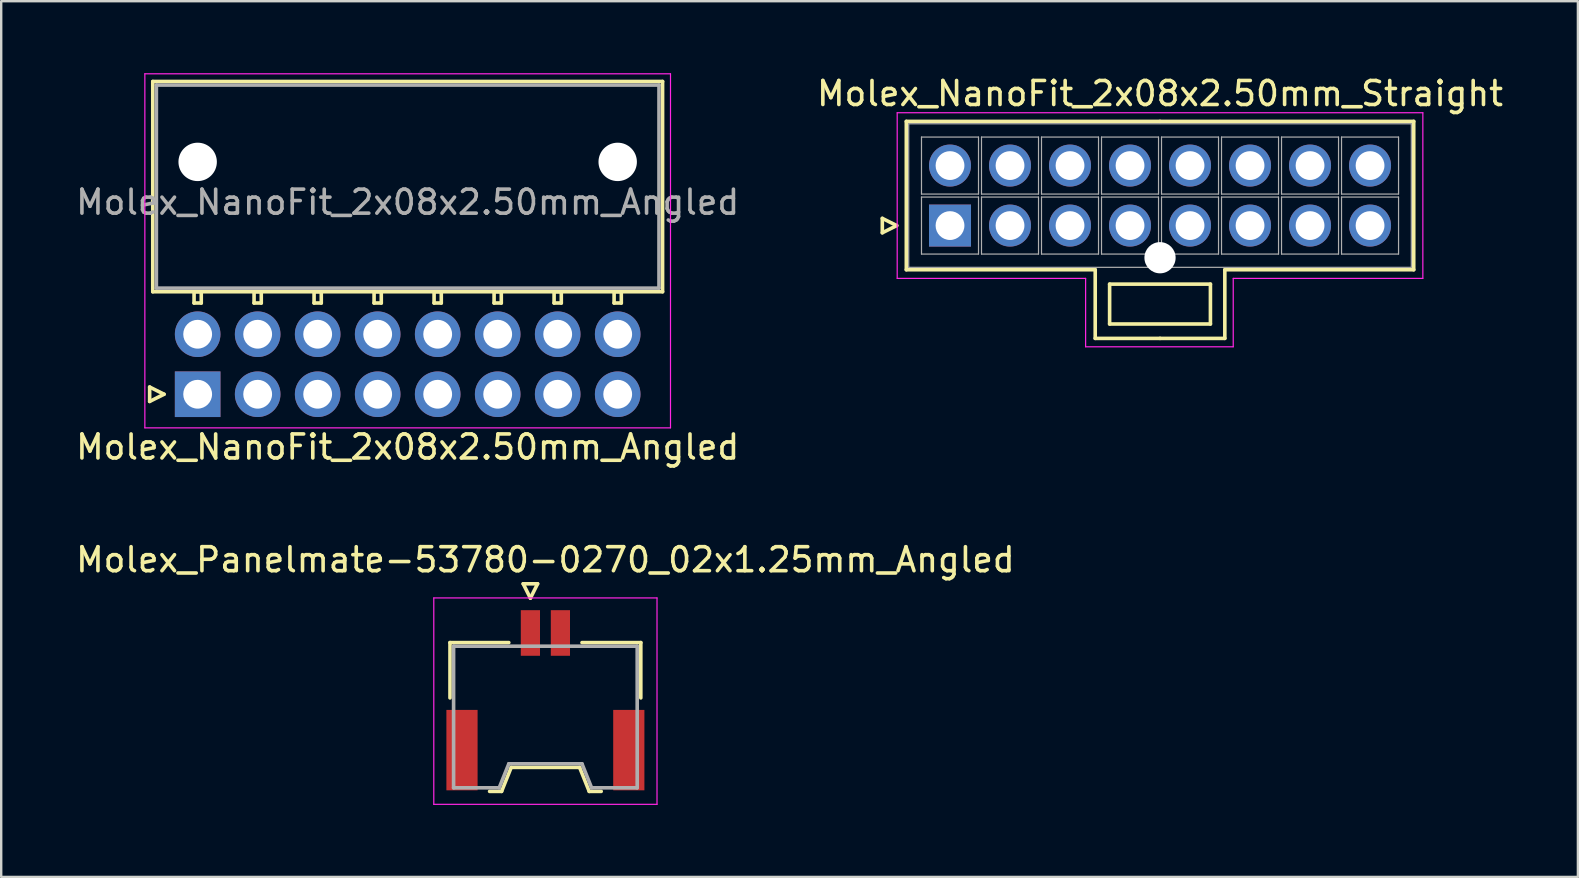
<source format=kicad_pcb>
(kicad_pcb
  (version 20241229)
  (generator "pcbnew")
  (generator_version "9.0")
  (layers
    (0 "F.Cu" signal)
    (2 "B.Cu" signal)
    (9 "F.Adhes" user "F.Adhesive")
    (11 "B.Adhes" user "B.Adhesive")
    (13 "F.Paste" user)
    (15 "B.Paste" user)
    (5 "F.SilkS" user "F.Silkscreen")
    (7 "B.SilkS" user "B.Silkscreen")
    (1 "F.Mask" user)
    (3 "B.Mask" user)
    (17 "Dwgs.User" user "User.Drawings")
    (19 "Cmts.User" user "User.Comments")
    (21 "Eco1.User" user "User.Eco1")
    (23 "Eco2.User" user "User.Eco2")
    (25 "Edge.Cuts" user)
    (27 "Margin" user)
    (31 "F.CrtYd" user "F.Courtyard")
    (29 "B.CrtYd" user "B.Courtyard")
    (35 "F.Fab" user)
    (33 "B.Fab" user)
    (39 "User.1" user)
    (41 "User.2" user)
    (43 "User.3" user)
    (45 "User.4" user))
  (footprint "Molex_Panelmate-53780-0270_02x1.25mm_Angled"
    (layer "F.Cu")
    (at 19.673 25.762)
    (property "Reference" "Molex_Panelmate-53780-0270_02x1.25mm_Angled" (at 0 -5.49 0) (layer "F.SilkS") (effects (font (size 1 1) (thickness 0.15))))
    (attr smd)
    (fp_line (start -3.975 -2.04) (end -3.975 0.265) (stroke (width 0.15) (type solid)) (layer "F.SilkS"))
    (fp_line (start -2.325 4.16) (end -1.825 4.16) (stroke (width 0.15) (type solid)) (layer "F.SilkS"))
    (fp_line (start -1.825 4.16) (end -1.425 3.16) (stroke (width 0.15) (type solid)) (layer "F.SilkS"))
    (fp_line (start -1.525 -2.04) (end -3.975 -2.04) (stroke (width 0.15) (type solid)) (layer "F.SilkS"))
    (fp_line (start -1.425 3.16) (end 1.425 3.16) (stroke (width 0.15) (type solid)) (layer "F.SilkS"))
    (fp_line (start -0.925 -4.49) (end -0.625 -3.89) (stroke (width 0.15) (type solid)) (layer "F.SilkS"))
    (fp_line (start -0.625 -3.89) (end -0.325 -4.49) (stroke (width 0.15) (type solid)) (layer "F.SilkS"))
    (fp_line (start -0.325 -4.49) (end -0.925 -4.49) (stroke (width 0.15) (type solid)) (layer "F.SilkS"))
    (fp_line (start 1.425 3.16) (end 1.825 4.16) (stroke (width 0.15) (type solid)) (layer "F.SilkS"))
    (fp_line (start 1.525 -2.04) (end 3.975 -2.04) (stroke (width 0.15) (type solid)) (layer "F.SilkS"))
    (fp_line (start 1.825 4.16) (end 2.325 4.16) (stroke (width 0.15) (type solid)) (layer "F.SilkS"))
    (fp_line (start 3.975 -2.04) (end 3.975 0.265) (stroke (width 0.15) (type solid)) (layer "F.SilkS"))
    (fp_line (start -4.65 -3.9) (end -4.65 4.7) (stroke (width 0.05) (type solid)) (layer "F.CrtYd"))
    (fp_line (start -4.65 4.7) (end 4.65 4.7) (stroke (width 0.05) (type solid)) (layer "F.CrtYd"))
    (fp_line (start 4.65 -3.9) (end -4.65 -3.9) (stroke (width 0.05) (type solid)) (layer "F.CrtYd"))
    (fp_line (start 4.65 4.7) (end 4.65 -3.9) (stroke (width 0.05) (type solid)) (layer "F.CrtYd"))
    (fp_line (start -3.825 -1.89) (end -3.825 4.01) (stroke (width 0.15) (type solid)) (layer "F.Fab"))
    (fp_line (start -3.825 4.01) (end -1.925 4.01) (stroke (width 0.15) (type solid)) (layer "F.Fab"))
    (fp_line (start -1.925 4.01) (end -1.525 3.01) (stroke (width 0.15) (type solid)) (layer "F.Fab"))
    (fp_line (start -1.525 3.01) (end 1.525 3.01) (stroke (width 0.15) (type solid)) (layer "F.Fab"))
    (fp_line (start 1.525 3.01) (end 1.925 4.01) (stroke (width 0.15) (type solid)) (layer "F.Fab"))
    (fp_line (start 1.925 4.01) (end 3.825 4.01) (stroke (width 0.15) (type solid)) (layer "F.Fab"))
    (fp_line (start 3.825 -1.89) (end -3.825 -1.89) (stroke (width 0.15) (type solid)) (layer "F.Fab"))
    (fp_line (start 3.825 4.01) (end 3.825 -1.89) (stroke (width 0.15) (type solid)) (layer "F.Fab"))
    (pad "" smd rect (at -3.475 2.44) (size 1.3 3.35) (layers "F.Cu" "F.Mask" "F.Paste"))
    (pad "" smd rect (at 3.475 2.44) (size 1.3 3.35) (layers "F.Cu" "F.Mask" "F.Paste"))
    (pad "1" smd rect (at -0.625 -2.44) (size 0.8 1.9) (layers "F.Cu" "F.Mask" "F.Paste"))
    (pad "2" smd rect (at 0.625 -2.44) (size 0.8 1.9) (layers "F.Cu" "F.Mask" "F.Paste")))
  (footprint "Molex_NanoFit_2x08x2.50mm_Angled"
    (layer "F.Cu")
    (at 5.185 13.375)
    (property "Reference" "Molex_NanoFit_2x08x2.50mm_Angled" (at 8.75 2.2 0) (layer "F.SilkS") (effects (font (size 1 1) (thickness 0.15))))
    (attr through_hole)
    (fp_line (start -2 -0.3) (end -1.4 0) (stroke (width 0.15) (type solid)) (layer "F.SilkS"))
    (fp_line (start -2 0.3) (end -2 -0.3) (stroke (width 0.15) (type solid)) (layer "F.SilkS"))
    (fp_line (start -1.87 -13.03) (end -1.87 -4.27) (stroke (width 0.15) (type solid)) (layer "F.SilkS"))
    (fp_line (start -1.87 -4.27) (end 19.37 -4.27) (stroke (width 0.15) (type solid)) (layer "F.SilkS"))
    (fp_line (start -1.4 0) (end -2 0.3) (stroke (width 0.15) (type solid)) (layer "F.SilkS"))
    (fp_line (start -0.15 -4.27) (end -0.15 -3.8) (stroke (width 0.15) (type solid)) (layer "F.SilkS"))
    (fp_line (start -0.15 -3.8) (end 0.15 -3.8) (stroke (width 0.15) (type solid)) (layer "F.SilkS"))
    (fp_line (start 0.15 -4.27) (end -0.15 -4.27) (stroke (width 0.15) (type solid)) (layer "F.SilkS"))
    (fp_line (start 0.15 -3.8) (end 0.15 -4.27) (stroke (width 0.15) (type solid)) (layer "F.SilkS"))
    (fp_line (start 2.35 -4.27) (end 2.35 -3.8) (stroke (width 0.15) (type solid)) (layer "F.SilkS"))
    (fp_line (start 2.35 -3.8) (end 2.65 -3.8) (stroke (width 0.15) (type solid)) (layer "F.SilkS"))
    (fp_line (start 2.65 -4.27) (end 2.35 -4.27) (stroke (width 0.15) (type solid)) (layer "F.SilkS"))
    (fp_line (start 2.65 -3.8) (end 2.65 -4.27) (stroke (width 0.15) (type solid)) (layer "F.SilkS"))
    (fp_line (start 4.85 -4.27) (end 4.85 -3.8) (stroke (width 0.15) (type solid)) (layer "F.SilkS"))
    (fp_line (start 4.85 -3.8) (end 5.15 -3.8) (stroke (width 0.15) (type solid)) (layer "F.SilkS"))
    (fp_line (start 5.15 -4.27) (end 4.85 -4.27) (stroke (width 0.15) (type solid)) (layer "F.SilkS"))
    (fp_line (start 5.15 -3.8) (end 5.15 -4.27) (stroke (width 0.15) (type solid)) (layer "F.SilkS"))
    (fp_line (start 7.35 -4.27) (end 7.35 -3.8) (stroke (width 0.15) (type solid)) (layer "F.SilkS"))
    (fp_line (start 7.35 -3.8) (end 7.65 -3.8) (stroke (width 0.15) (type solid)) (layer "F.SilkS"))
    (fp_line (start 7.65 -4.27) (end 7.35 -4.27) (stroke (width 0.15) (type solid)) (layer "F.SilkS"))
    (fp_line (start 7.65 -3.8) (end 7.65 -4.27) (stroke (width 0.15) (type solid)) (layer "F.SilkS"))
    (fp_line (start 9.85 -4.27) (end 9.85 -3.8) (stroke (width 0.15) (type solid)) (layer "F.SilkS"))
    (fp_line (start 9.85 -3.8) (end 10.15 -3.8) (stroke (width 0.15) (type solid)) (layer "F.SilkS"))
    (fp_line (start 10.15 -4.27) (end 9.85 -4.27) (stroke (width 0.15) (type solid)) (layer "F.SilkS"))
    (fp_line (start 10.15 -3.8) (end 10.15 -4.27) (stroke (width 0.15) (type solid)) (layer "F.SilkS"))
    (fp_line (start 12.35 -4.27) (end 12.35 -3.8) (stroke (width 0.15) (type solid)) (layer "F.SilkS"))
    (fp_line (start 12.35 -3.8) (end 12.65 -3.8) (stroke (width 0.15) (type solid)) (layer "F.SilkS"))
    (fp_line (start 12.65 -4.27) (end 12.35 -4.27) (stroke (width 0.15) (type solid)) (layer "F.SilkS"))
    (fp_line (start 12.65 -3.8) (end 12.65 -4.27) (stroke (width 0.15) (type solid)) (layer "F.SilkS"))
    (fp_line (start 14.85 -4.27) (end 14.85 -3.8) (stroke (width 0.15) (type solid)) (layer "F.SilkS"))
    (fp_line (start 14.85 -3.8) (end 15.15 -3.8) (stroke (width 0.15) (type solid)) (layer "F.SilkS"))
    (fp_line (start 15.15 -4.27) (end 14.85 -4.27) (stroke (width 0.15) (type solid)) (layer "F.SilkS"))
    (fp_line (start 15.15 -3.8) (end 15.15 -4.27) (stroke (width 0.15) (type solid)) (layer "F.SilkS"))
    (fp_line (start 17.35 -4.27) (end 17.35 -3.8) (stroke (width 0.15) (type solid)) (layer "F.SilkS"))
    (fp_line (start 17.35 -3.8) (end 17.65 -3.8) (stroke (width 0.15) (type solid)) (layer "F.SilkS"))
    (fp_line (start 17.65 -4.27) (end 17.35 -4.27) (stroke (width 0.15) (type solid)) (layer "F.SilkS"))
    (fp_line (start 17.65 -3.8) (end 17.65 -4.27) (stroke (width 0.15) (type solid)) (layer "F.SilkS"))
    (fp_line (start 19.37 -13.03) (end -1.87 -13.03) (stroke (width 0.15) (type solid)) (layer "F.SilkS"))
    (fp_line (start 19.37 -4.27) (end 19.37 -13.03) (stroke (width 0.15) (type solid)) (layer "F.SilkS"))
    (fp_line (start -2.2 -13.35) (end -2.2 1.4) (stroke (width 0.05) (type solid)) (layer "F.CrtYd"))
    (fp_line (start -2.2 1.4) (end 19.7 1.4) (stroke (width 0.05) (type solid)) (layer "F.CrtYd"))
    (fp_line (start 19.7 -13.35) (end -2.2 -13.35) (stroke (width 0.05) (type solid)) (layer "F.CrtYd"))
    (fp_line (start 19.7 1.4) (end 19.7 -13.35) (stroke (width 0.05) (type solid)) (layer "F.CrtYd"))
    (fp_line (start -1.72 -12.88) (end -1.72 -4.42) (stroke (width 0.15) (type solid)) (layer "F.Fab"))
    (fp_line (start -1.72 -4.42) (end 19.22 -4.42) (stroke (width 0.15) (type solid)) (layer "F.Fab"))
    (fp_line (start 19.22 -12.88) (end -1.72 -12.88) (stroke (width 0.15) (type solid)) (layer "F.Fab"))
    (fp_line (start 19.22 -4.42) (end 19.22 -12.88) (stroke (width 0.15) (type solid)) (layer "F.Fab"))
    (fp_text user "${REFERENCE}" (at 8.75 -8 0) (layer "F.Fab") (effects (font (size 1 1) (thickness 0.15))))
    (pad "" np_thru_hole circle (at 0 -9.68) (size 1.6 1.6) (drill 1.6) (layers "*.Cu"))
    (pad "" np_thru_hole circle (at 17.5 -9.68) (size 1.6 1.6) (drill 1.6) (layers "*.Cu"))
    (pad "1" thru_hole rect (at 0 0) (size 1.9 1.9) (drill 1.2) (layers "*.Cu" "*.Mask"))
    (pad "2" thru_hole circle (at 2.5 0) (size 1.9 1.9) (drill 1.2) (layers "*.Cu" "*.Mask"))
    (pad "3" thru_hole circle (at 5 0) (size 1.9 1.9) (drill 1.2) (layers "*.Cu" "*.Mask"))
    (pad "4" thru_hole circle (at 7.5 0) (size 1.9 1.9) (drill 1.2) (layers "*.Cu" "*.Mask"))
    (pad "5" thru_hole circle (at 10 0) (size 1.9 1.9) (drill 1.2) (layers "*.Cu" "*.Mask"))
    (pad "6" thru_hole circle (at 12.5 0) (size 1.9 1.9) (drill 1.2) (layers "*.Cu" "*.Mask"))
    (pad "7" thru_hole circle (at 15 0) (size 1.9 1.9) (drill 1.2) (layers "*.Cu" "*.Mask"))
    (pad "8" thru_hole circle (at 17.5 0) (size 1.9 1.9) (drill 1.2) (layers "*.Cu" "*.Mask"))
    (pad "9" thru_hole circle (at 0 -2.5) (size 1.9 1.9) (drill 1.2) (layers "*.Cu" "*.Mask"))
    (pad "10" thru_hole circle (at 2.5 -2.5) (size 1.9 1.9) (drill 1.2) (layers "*.Cu" "*.Mask"))
    (pad "11" thru_hole circle (at 5 -2.5) (size 1.9 1.9) (drill 1.2) (layers "*.Cu" "*.Mask"))
    (pad "12" thru_hole circle (at 7.5 -2.5) (size 1.9 1.9) (drill 1.2) (layers "*.Cu" "*.Mask"))
    (pad "13" thru_hole circle (at 10 -2.5) (size 1.9 1.9) (drill 1.2) (layers "*.Cu" "*.Mask"))
    (pad "14" thru_hole circle (at 12.5 -2.5) (size 1.9 1.9) (drill 1.2) (layers "*.Cu" "*.Mask"))
    (pad "15" thru_hole circle (at 15 -2.5) (size 1.9 1.9) (drill 1.2) (layers "*.Cu" "*.Mask"))
    (pad "16" thru_hole circle (at 17.5 -2.5) (size 1.9 1.9) (drill 1.2) (layers "*.Cu" "*.Mask")))
  (footprint "Molex_NanoFit_2x08x2.50mm_Straight"
    (layer "F.Cu")
    (at 36.53 6.348)
    (property "Reference" "Molex_NanoFit_2x08x2.50mm_Straight" (at 8.75 -5.5 0) (layer "F.SilkS") (effects (font (size 1 1) (thickness 0.15))))
    (attr through_hole)
    (fp_line (start -2.82 -0.3) (end -2.22 0) (stroke (width 0.15) (type solid)) (layer "F.SilkS"))
    (fp_line (start -2.82 0.3) (end -2.82 -0.3) (stroke (width 0.15) (type solid)) (layer "F.SilkS"))
    (fp_line (start -2.22 0) (end -2.82 0.3) (stroke (width 0.15) (type solid)) (layer "F.SilkS"))
    (fp_line (start -1.82 -4.34) (end -1.82 1.84) (stroke (width 0.15) (type solid)) (layer "F.SilkS"))
    (fp_line (start -1.82 1.84) (end 6.05 1.84) (stroke (width 0.15) (type solid)) (layer "F.SilkS"))
    (fp_line (start 6.05 1.84) (end 6.05 4.7) (stroke (width 0.15) (type solid)) (layer "F.SilkS"))
    (fp_line (start 6.05 4.7) (end 8.75 4.7) (stroke (width 0.15) (type solid)) (layer "F.SilkS"))
    (fp_line (start 6.65 2.44) (end 6.65 4.1) (stroke (width 0.15) (type solid)) (layer "F.SilkS"))
    (fp_line (start 6.65 4.1) (end 10.85 4.1) (stroke (width 0.15) (type solid)) (layer "F.SilkS"))
    (fp_line (start 8.75 -4.34) (end -1.82 -4.34) (stroke (width 0.15) (type solid)) (layer "F.SilkS"))
    (fp_line (start 8.75 -4.34) (end 19.32 -4.34) (stroke (width 0.15) (type solid)) (layer "F.SilkS"))
    (fp_line (start 10.85 2.44) (end 6.65 2.44) (stroke (width 0.15) (type solid)) (layer "F.SilkS"))
    (fp_line (start 10.85 4.1) (end 10.85 2.44) (stroke (width 0.15) (type solid)) (layer "F.SilkS"))
    (fp_line (start 11.45 1.84) (end 11.45 4.7) (stroke (width 0.15) (type solid)) (layer "F.SilkS"))
    (fp_line (start 11.45 4.7) (end 8.75 4.7) (stroke (width 0.15) (type solid)) (layer "F.SilkS"))
    (fp_line (start 19.32 -4.34) (end 19.32 1.84) (stroke (width 0.15) (type solid)) (layer "F.SilkS"))
    (fp_line (start 19.32 1.84) (end 11.45 1.84) (stroke (width 0.15) (type solid)) (layer "F.SilkS"))
    (fp_line (start -2.2 -4.7) (end -2.2 2.2) (stroke (width 0.05) (type solid)) (layer "F.CrtYd"))
    (fp_line (start -2.2 2.2) (end 5.65 2.2) (stroke (width 0.05) (type solid)) (layer "F.CrtYd"))
    (fp_line (start 5.65 2.2) (end 5.65 5.05) (stroke (width 0.05) (type solid)) (layer "F.CrtYd"))
    (fp_line (start 5.65 5.05) (end 11.8 5.05) (stroke (width 0.05) (type solid)) (layer "F.CrtYd"))
    (fp_line (start 11.8 2.2) (end 19.7 2.2) (stroke (width 0.05) (type solid)) (layer "F.CrtYd"))
    (fp_line (start 11.8 5.05) (end 11.8 2.2) (stroke (width 0.05) (type solid)) (layer "F.CrtYd"))
    (fp_line (start 19.7 -4.7) (end -2.2 -4.7) (stroke (width 0.05) (type solid)) (layer "F.CrtYd"))
    (fp_line (start 19.7 2.2) (end 19.7 -4.7) (stroke (width 0.05) (type solid)) (layer "F.CrtYd"))
    (fp_line (start -1.72 -4.24) (end -1.72 1.74) (stroke (width 0.05) (type solid)) (layer "F.Fab"))
    (fp_line (start -1.72 1.74) (end 19.22 1.74) (stroke (width 0.05) (type solid)) (layer "F.Fab"))
    (fp_line (start -1.188 -3.688) (end -1.188 -1.312) (stroke (width 0.05) (type solid)) (layer "F.Fab"))
    (fp_line (start -1.188 -1.312) (end 1.188 -1.312) (stroke (width 0.05) (type solid)) (layer "F.Fab"))
    (fp_line (start -1.188 -1.188) (end -1.188 1.188) (stroke (width 0.05) (type solid)) (layer "F.Fab"))
    (fp_line (start -1.188 1.188) (end 1.188 1.188) (stroke (width 0.05) (type solid)) (layer "F.Fab"))
    (fp_line (start 1.188 -3.688) (end -1.188 -3.688) (stroke (width 0.05) (type solid)) (layer "F.Fab"))
    (fp_line (start 1.188 -1.312) (end 1.188 -3.688) (stroke (width 0.05) (type solid)) (layer "F.Fab"))
    (fp_line (start 1.188 -1.188) (end -1.188 -1.188) (stroke (width 0.05) (type solid)) (layer "F.Fab"))
    (fp_line (start 1.188 1.188) (end 1.188 -1.188) (stroke (width 0.05) (type solid)) (layer "F.Fab"))
    (fp_line (start 1.312 -3.688) (end 1.312 -1.312) (stroke (width 0.05) (type solid)) (layer "F.Fab"))
    (fp_line (start 1.312 -1.312) (end 3.688 -1.312) (stroke (width 0.05) (type solid)) (layer "F.Fab"))
    (fp_line (start 1.312 -1.188) (end 1.312 1.188) (stroke (width 0.05) (type solid)) (layer "F.Fab"))
    (fp_line (start 1.312 1.188) (end 3.688 1.188) (stroke (width 0.05) (type solid)) (layer "F.Fab"))
    (fp_line (start 3.688 -3.688) (end 1.312 -3.688) (stroke (width 0.05) (type solid)) (layer "F.Fab"))
    (fp_line (start 3.688 -1.312) (end 3.688 -3.688) (stroke (width 0.05) (type solid)) (layer "F.Fab"))
    (fp_line (start 3.688 -1.188) (end 1.312 -1.188) (stroke (width 0.05) (type solid)) (layer "F.Fab"))
    (fp_line (start 3.688 1.188) (end 3.688 -1.188) (stroke (width 0.05) (type solid)) (layer "F.Fab"))
    (fp_line (start 3.812 -3.688) (end 3.812 -1.312) (stroke (width 0.05) (type solid)) (layer "F.Fab"))
    (fp_line (start 3.812 -1.312) (end 6.188 -1.312) (stroke (width 0.05) (type solid)) (layer "F.Fab"))
    (fp_line (start 3.812 -1.188) (end 3.812 1.188) (stroke (width 0.05) (type solid)) (layer "F.Fab"))
    (fp_line (start 3.812 1.188) (end 6.188 1.188) (stroke (width 0.05) (type solid)) (layer "F.Fab"))
    (fp_line (start 6.188 -3.688) (end 3.812 -3.688) (stroke (width 0.05) (type solid)) (layer "F.Fab"))
    (fp_line (start 6.188 -1.312) (end 6.188 -3.688) (stroke (width 0.05) (type solid)) (layer "F.Fab"))
    (fp_line (start 6.188 -1.188) (end 3.812 -1.188) (stroke (width 0.05) (type solid)) (layer "F.Fab"))
    (fp_line (start 6.188 1.188) (end 6.188 -1.188) (stroke (width 0.05) (type solid)) (layer "F.Fab"))
    (fp_line (start 6.312 -3.688) (end 6.312 -1.312) (stroke (width 0.05) (type solid)) (layer "F.Fab"))
    (fp_line (start 6.312 -1.312) (end 8.688 -1.312) (stroke (width 0.05) (type solid)) (layer "F.Fab"))
    (fp_line (start 6.312 -1.188) (end 6.312 1.188) (stroke (width 0.05) (type solid)) (layer "F.Fab"))
    (fp_line (start 6.312 1.188) (end 8.688 1.188) (stroke (width 0.05) (type solid)) (layer "F.Fab"))
    (fp_line (start 8.688 -3.688) (end 6.312 -3.688) (stroke (width 0.05) (type solid)) (layer "F.Fab"))
    (fp_line (start 8.688 -1.312) (end 8.688 -3.688) (stroke (width 0.05) (type solid)) (layer "F.Fab"))
    (fp_line (start 8.688 -1.188) (end 6.312 -1.188) (stroke (width 0.05) (type solid)) (layer "F.Fab"))
    (fp_line (start 8.688 1.188) (end 8.688 -1.188) (stroke (width 0.05) (type solid)) (layer "F.Fab"))
    (fp_line (start 8.812 -3.688) (end 8.812 -1.312) (stroke (width 0.05) (type solid)) (layer "F.Fab"))
    (fp_line (start 8.812 -1.312) (end 11.188 -1.312) (stroke (width 0.05) (type solid)) (layer "F.Fab"))
    (fp_line (start 8.812 -1.188) (end 8.812 1.188) (stroke (width 0.05) (type solid)) (layer "F.Fab"))
    (fp_line (start 8.812 1.188) (end 11.188 1.188) (stroke (width 0.05) (type solid)) (layer "F.Fab"))
    (fp_line (start 11.188 -3.688) (end 8.812 -3.688) (stroke (width 0.05) (type solid)) (layer "F.Fab"))
    (fp_line (start 11.188 -1.312) (end 11.188 -3.688) (stroke (width 0.05) (type solid)) (layer "F.Fab"))
    (fp_line (start 11.188 -1.188) (end 8.812 -1.188) (stroke (width 0.05) (type solid)) (layer "F.Fab"))
    (fp_line (start 11.188 1.188) (end 11.188 -1.188) (stroke (width 0.05) (type solid)) (layer "F.Fab"))
    (fp_line (start 11.312 -3.688) (end 11.312 -1.312) (stroke (width 0.05) (type solid)) (layer "F.Fab"))
    (fp_line (start 11.312 -1.312) (end 13.688 -1.312) (stroke (width 0.05) (type solid)) (layer "F.Fab"))
    (fp_line (start 11.312 -1.188) (end 11.312 1.188) (stroke (width 0.05) (type solid)) (layer "F.Fab"))
    (fp_line (start 11.312 1.188) (end 13.688 1.188) (stroke (width 0.05) (type solid)) (layer "F.Fab"))
    (fp_line (start 13.688 -3.688) (end 11.312 -3.688) (stroke (width 0.05) (type solid)) (layer "F.Fab"))
    (fp_line (start 13.688 -1.312) (end 13.688 -3.688) (stroke (width 0.05) (type solid)) (layer "F.Fab"))
    (fp_line (start 13.688 -1.188) (end 11.312 -1.188) (stroke (width 0.05) (type solid)) (layer "F.Fab"))
    (fp_line (start 13.688 1.188) (end 13.688 -1.188) (stroke (width 0.05) (type solid)) (layer "F.Fab"))
    (fp_line (start 13.812 -3.688) (end 13.812 -1.312) (stroke (width 0.05) (type solid)) (layer "F.Fab"))
    (fp_line (start 13.812 -1.312) (end 16.188 -1.312) (stroke (width 0.05) (type solid)) (layer "F.Fab"))
    (fp_line (start 13.812 -1.188) (end 13.812 1.188) (stroke (width 0.05) (type solid)) (layer "F.Fab"))
    (fp_line (start 13.812 1.188) (end 16.188 1.188) (stroke (width 0.05) (type solid)) (layer "F.Fab"))
    (fp_line (start 16.188 -3.688) (end 13.812 -3.688) (stroke (width 0.05) (type solid)) (layer "F.Fab"))
    (fp_line (start 16.188 -1.312) (end 16.188 -3.688) (stroke (width 0.05) (type solid)) (layer "F.Fab"))
    (fp_line (start 16.188 -1.188) (end 13.812 -1.188) (stroke (width 0.05) (type solid)) (layer "F.Fab"))
    (fp_line (start 16.188 1.188) (end 16.188 -1.188) (stroke (width 0.05) (type solid)) (layer "F.Fab"))
    (fp_line (start 16.312 -3.688) (end 16.312 -1.312) (stroke (width 0.05) (type solid)) (layer "F.Fab"))
    (fp_line (start 16.312 -1.312) (end 18.688 -1.312) (stroke (width 0.05) (type solid)) (layer "F.Fab"))
    (fp_line (start 16.312 -1.188) (end 16.312 1.188) (stroke (width 0.05) (type solid)) (layer "F.Fab"))
    (fp_line (start 16.312 1.188) (end 18.688 1.188) (stroke (width 0.05) (type solid)) (layer "F.Fab"))
    (fp_line (start 18.688 -3.688) (end 16.312 -3.688) (stroke (width 0.05) (type solid)) (layer "F.Fab"))
    (fp_line (start 18.688 -1.312) (end 18.688 -3.688) (stroke (width 0.05) (type solid)) (layer "F.Fab"))
    (fp_line (start 18.688 -1.188) (end 16.312 -1.188) (stroke (width 0.05) (type solid)) (layer "F.Fab"))
    (fp_line (start 18.688 1.188) (end 18.688 -1.188) (stroke (width 0.05) (type solid)) (layer "F.Fab"))
    (fp_line (start 19.22 -4.24) (end -1.72 -4.24) (stroke (width 0.05) (type solid)) (layer "F.Fab"))
    (fp_line (start 19.22 1.74) (end 19.22 -4.24) (stroke (width 0.05) (type solid)) (layer "F.Fab"))
    (pad "" np_thru_hole circle (at 8.75 1.34) (size 1.3 1.3) (drill 1.3) (layers "*.Cu"))
    (pad "1" thru_hole rect (at 0 0) (size 1.75 1.75) (drill 1.2) (layers "*.Cu" "*.Mask"))
    (pad "2" thru_hole circle (at 2.5 0) (size 1.75 1.75) (drill 1.2) (layers "*.Cu" "*.Mask"))
    (pad "3" thru_hole circle (at 5 0) (size 1.75 1.75) (drill 1.2) (layers "*.Cu" "*.Mask"))
    (pad "4" thru_hole circle (at 7.5 0) (size 1.75 1.75) (drill 1.2) (layers "*.Cu" "*.Mask"))
    (pad "5" thru_hole circle (at 10 0) (size 1.75 1.75) (drill 1.2) (layers "*.Cu" "*.Mask"))
    (pad "6" thru_hole circle (at 12.5 0) (size 1.75 1.75) (drill 1.2) (layers "*.Cu" "*.Mask"))
    (pad "7" thru_hole circle (at 15 0) (size 1.75 1.75) (drill 1.2) (layers "*.Cu" "*.Mask"))
    (pad "8" thru_hole circle (at 17.5 0) (size 1.75 1.75) (drill 1.2) (layers "*.Cu" "*.Mask"))
    (pad "9" thru_hole circle (at 0 -2.5) (size 1.75 1.75) (drill 1.2) (layers "*.Cu" "*.Mask"))
    (pad "10" thru_hole circle (at 2.5 -2.5) (size 1.75 1.75) (drill 1.2) (layers "*.Cu" "*.Mask"))
    (pad "11" thru_hole circle (at 5 -2.5) (size 1.75 1.75) (drill 1.2) (layers "*.Cu" "*.Mask"))
    (pad "12" thru_hole circle (at 7.5 -2.5) (size 1.75 1.75) (drill 1.2) (layers "*.Cu" "*.Mask"))
    (pad "13" thru_hole circle (at 10 -2.5) (size 1.75 1.75) (drill 1.2) (layers "*.Cu" "*.Mask"))
    (pad "14" thru_hole circle (at 12.5 -2.5) (size 1.75 1.75) (drill 1.2) (layers "*.Cu" "*.Mask"))
    (pad "15" thru_hole circle (at 15 -2.5) (size 1.75 1.75) (drill 1.2) (layers "*.Cu" "*.Mask"))
    (pad "16" thru_hole circle (at 17.5 -2.5) (size 1.75 1.75) (drill 1.2) (layers "*.Cu" "*.Mask")))
  (gr_rect
    (start -3 -3)
    (end 62.69 33.486)
    (stroke (width 0.1) (type default))
    (fill no)
    (layer "Edge.Cuts")))
</source>
